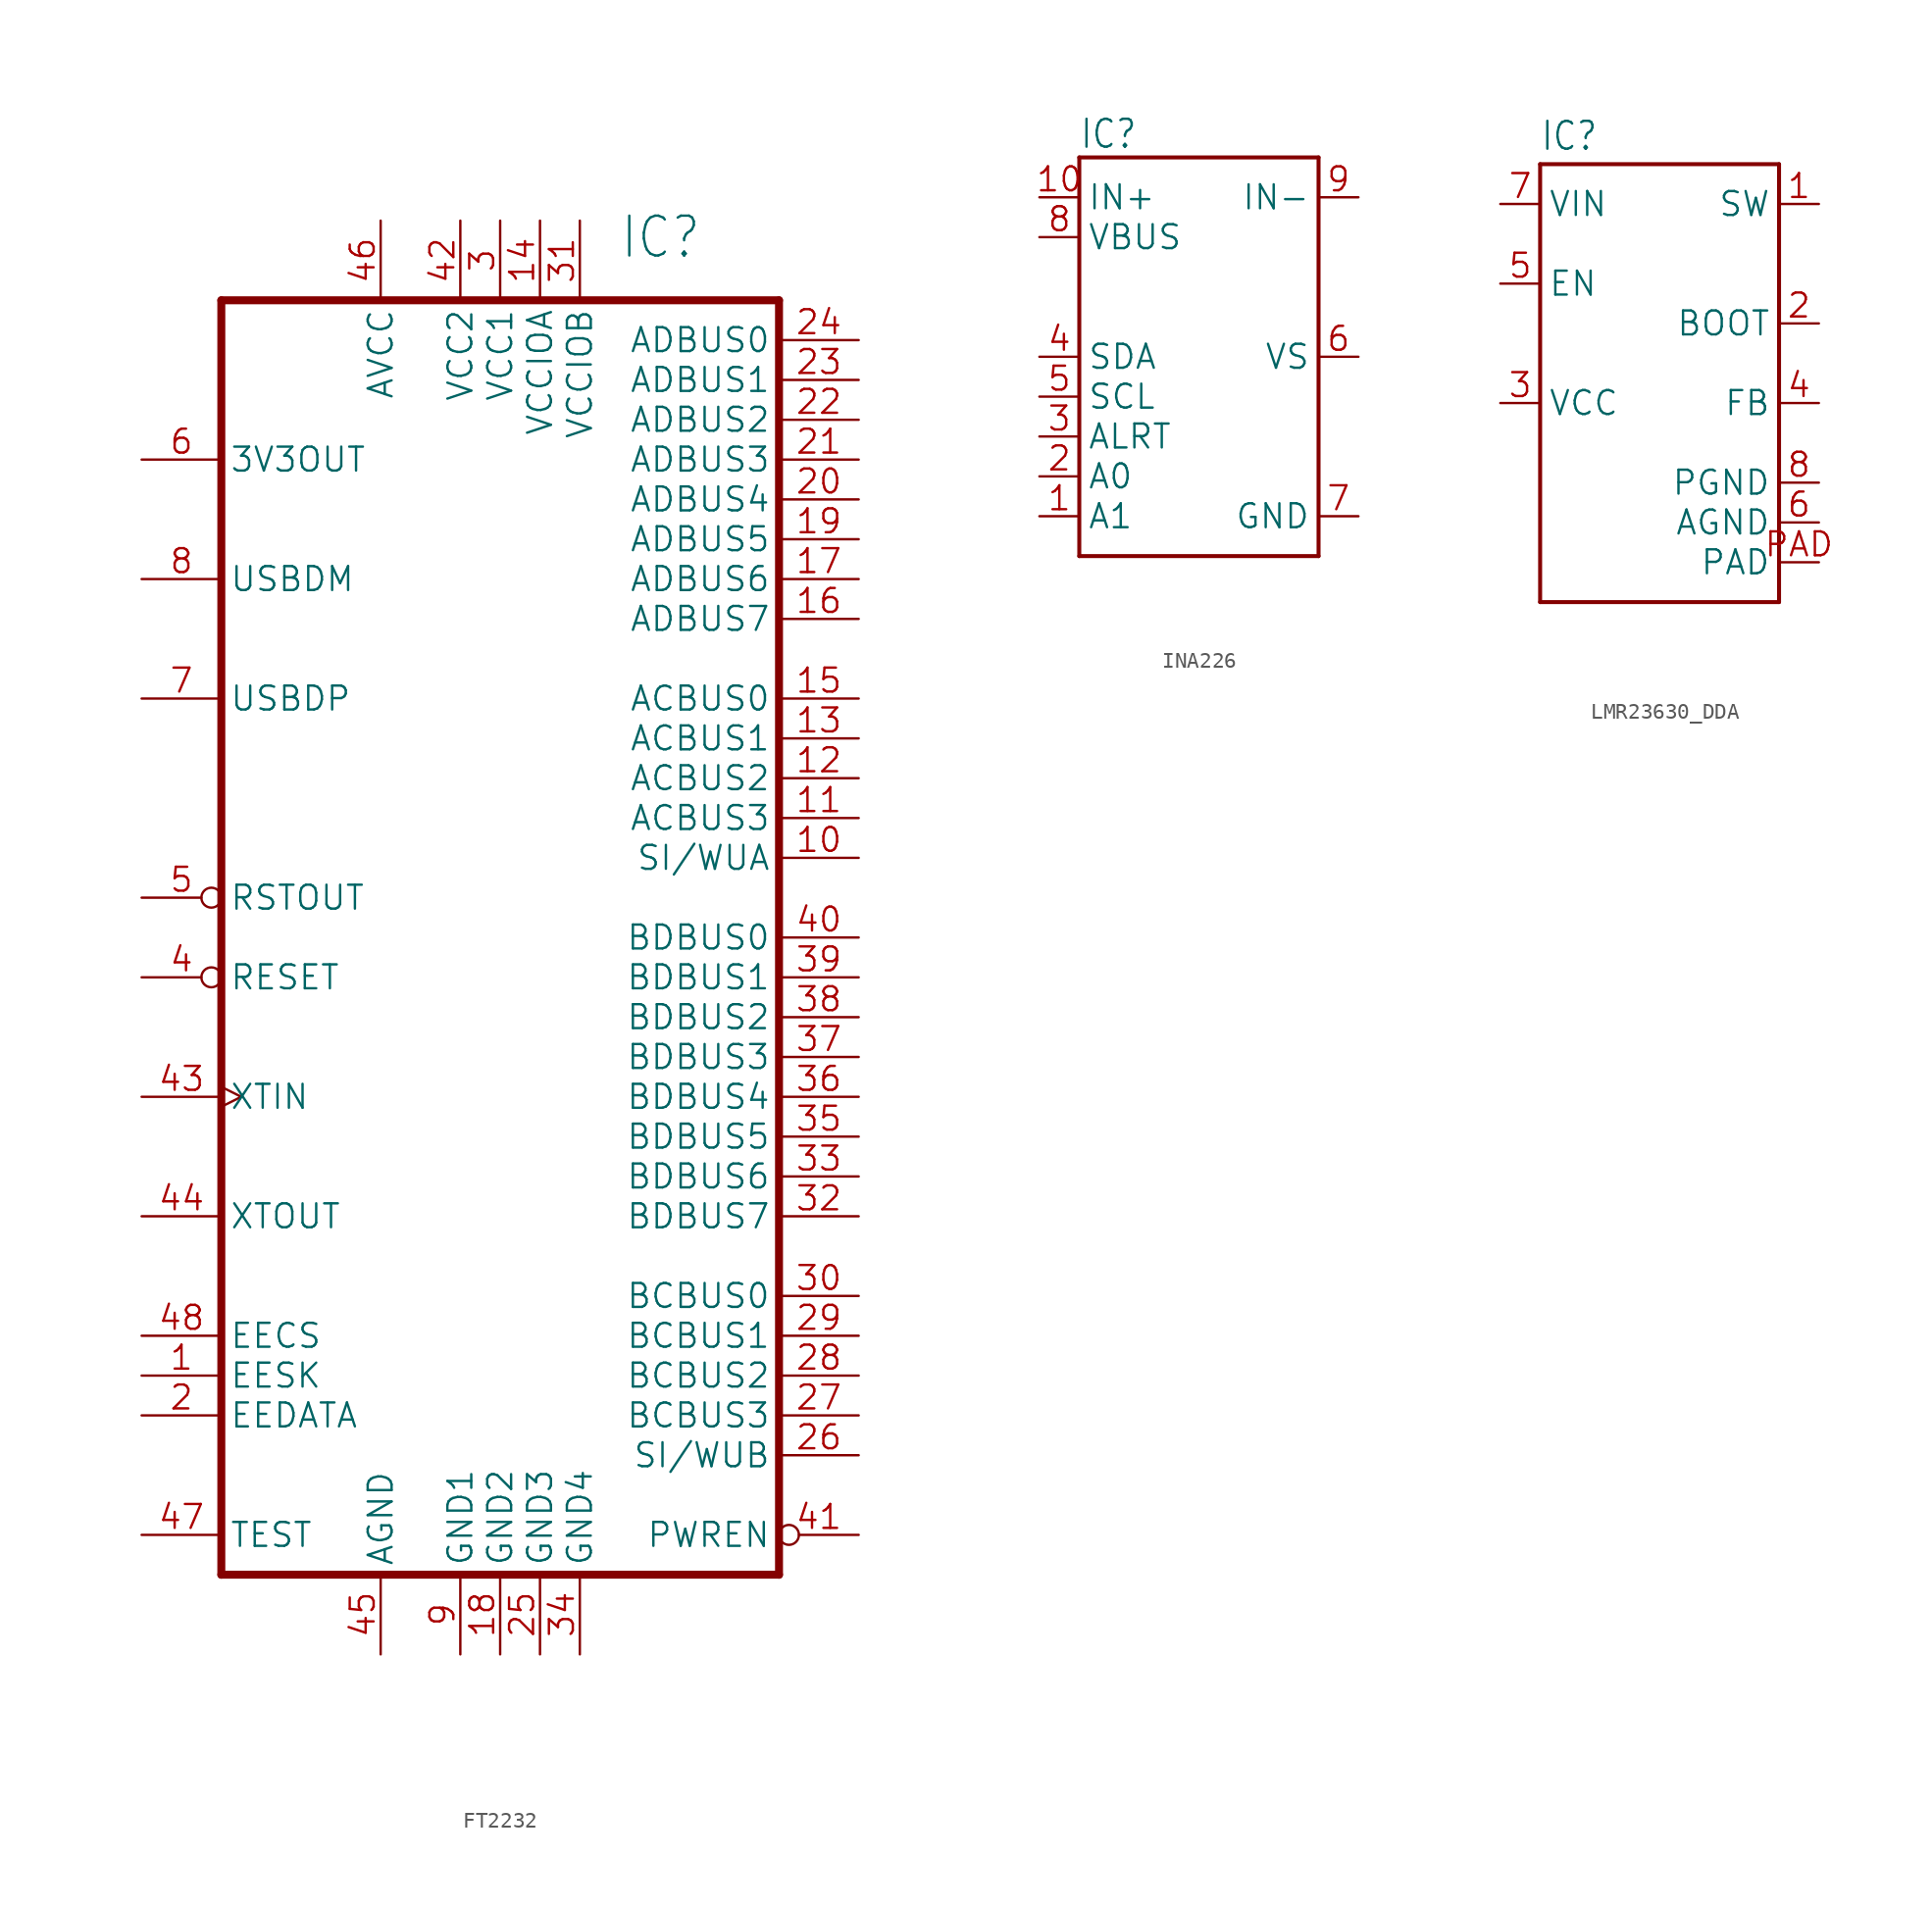
<source format=kicad_sym>
(kicad_symbol_lib
  (version 20241209)
  (generator "kicad_symbol_editor")
  (generator_version "9.0")
  (symbol "FT2232"
    (property "Reference" "IC"
      (at 7.62 38.1 0)
      (effects (font (size 2.54 2.159)) (justify left bottom)))
    (property "Value" ""
      (at 7.62 -50.8 0)
      (effects (font (size 2.54 2.159)) (justify left bottom)))
    (property "ki_locked" ""
      (at 0 0 0)
      (effects (font (size 1.27 1.27))))
    (symbol "FT2232_1_0"
      (polyline (pts (xy -17.78 35.56) (xy 17.78 35.56)) (stroke (width 0.508) (type solid)) (fill (type none)))
      (polyline (pts (xy -17.78 -45.72) (xy -17.78 35.56)) (stroke (width 0.508) (type solid)) (fill (type none)))
      (polyline (pts (xy 17.78 35.56) (xy 17.78 -45.72)) (stroke (width 0.508) (type solid)) (fill (type none)))
      (polyline (pts (xy 17.78 -45.72) (xy -17.78 -45.72)) (stroke (width 0.508) (type solid)) (fill (type none)))
      (pin bidirectional line (at -22.86 25.4 0) (length 5.08) (name "3V3OUT" (effects (font (size 1.524 1.524)))) (number "6" (effects (font (size 1.524 1.524)))))
      (pin bidirectional line (at -22.86 17.78 0) (length 5.08) (name "USBDM" (effects (font (size 1.524 1.524)))) (number "8" (effects (font (size 1.524 1.524)))))
      (pin bidirectional line (at -22.86 10.16 0) (length 5.08) (name "USBDP" (effects (font (size 1.524 1.524)))) (number "7" (effects (font (size 1.524 1.524)))))
      (pin bidirectional inverted (at -22.86 -2.54 0) (length 5.08) (name "RSTOUT" (effects (font (size 1.524 1.524)))) (number "5" (effects (font (size 1.524 1.524)))))
      (pin bidirectional inverted (at -22.86 -7.62 0) (length 5.08) (name "RESET" (effects (font (size 1.524 1.524)))) (number "4" (effects (font (size 1.524 1.524)))))
      (pin bidirectional clock (at -22.86 -15.24 0) (length 5.08) (name "XTIN" (effects (font (size 1.524 1.524)))) (number "43" (effects (font (size 1.524 1.524)))))
      (pin bidirectional line (at -22.86 -22.86 0) (length 5.08) (name "XTOUT" (effects (font (size 1.524 1.524)))) (number "44" (effects (font (size 1.524 1.524)))))
      (pin bidirectional line (at -22.86 -30.48 0) (length 5.08) (name "EECS" (effects (font (size 1.524 1.524)))) (number "48" (effects (font (size 1.524 1.524)))))
      (pin bidirectional line (at -22.86 -33.02 0) (length 5.08) (name "EESK" (effects (font (size 1.524 1.524)))) (number "1" (effects (font (size 1.524 1.524)))))
      (pin bidirectional line (at -22.86 -35.56 0) (length 5.08) (name "EEDATA" (effects (font (size 1.524 1.524)))) (number "2" (effects (font (size 1.524 1.524)))))
      (pin bidirectional line (at -22.86 -43.18 0) (length 5.08) (name "TEST" (effects (font (size 1.524 1.524)))) (number "47" (effects (font (size 1.524 1.524)))))
      (pin bidirectional line (at -7.62 40.64 270) (length 5.08) (name "AVCC" (effects (font (size 1.524 1.524)))) (number "46" (effects (font (size 1.524 1.524)))))
      (pin bidirectional line (at -7.62 -50.8 90) (length 5.08) (name "AGND" (effects (font (size 1.524 1.524)))) (number "45" (effects (font (size 1.524 1.524)))))
      (pin bidirectional line (at -2.54 40.64 270) (length 5.08) (name "VCC2" (effects (font (size 1.524 1.524)))) (number "42" (effects (font (size 1.524 1.524)))))
      (pin bidirectional line (at -2.54 -50.8 90) (length 5.08) (name "GND1" (effects (font (size 1.524 1.524)))) (number "9" (effects (font (size 1.524 1.524)))))
      (pin bidirectional line (at 0 40.64 270) (length 5.08) (name "VCC1" (effects (font (size 1.524 1.524)))) (number "3" (effects (font (size 1.524 1.524)))))
      (pin bidirectional line (at 0 -50.8 90) (length 5.08) (name "GND2" (effects (font (size 1.524 1.524)))) (number "18" (effects (font (size 1.524 1.524)))))
      (pin bidirectional line (at 2.54 40.64 270) (length 5.08) (name "VCCIOA" (effects (font (size 1.524 1.524)))) (number "14" (effects (font (size 1.524 1.524)))))
      (pin bidirectional line (at 2.54 -50.8 90) (length 5.08) (name "GND3" (effects (font (size 1.524 1.524)))) (number "25" (effects (font (size 1.524 1.524)))))
      (pin bidirectional line (at 5.08 40.64 270) (length 5.08) (name "VCCIOB" (effects (font (size 1.524 1.524)))) (number "31" (effects (font (size 1.524 1.524)))))
      (pin bidirectional line (at 5.08 -50.8 90) (length 5.08) (name "GND4" (effects (font (size 1.524 1.524)))) (number "34" (effects (font (size 1.524 1.524)))))
      (pin bidirectional line (at 22.86 33.02 180) (length 5.08) (name "ADBUS0" (effects (font (size 1.524 1.524)))) (number "24" (effects (font (size 1.524 1.524)))))
      (pin bidirectional line (at 22.86 30.48 180) (length 5.08) (name "ADBUS1" (effects (font (size 1.524 1.524)))) (number "23" (effects (font (size 1.524 1.524)))))
      (pin bidirectional line (at 22.86 27.94 180) (length 5.08) (name "ADBUS2" (effects (font (size 1.524 1.524)))) (number "22" (effects (font (size 1.524 1.524)))))
      (pin bidirectional line (at 22.86 25.4 180) (length 5.08) (name "ADBUS3" (effects (font (size 1.524 1.524)))) (number "21" (effects (font (size 1.524 1.524)))))
      (pin bidirectional line (at 22.86 22.86 180) (length 5.08) (name "ADBUS4" (effects (font (size 1.524 1.524)))) (number "20" (effects (font (size 1.524 1.524)))))
      (pin bidirectional line (at 22.86 20.32 180) (length 5.08) (name "ADBUS5" (effects (font (size 1.524 1.524)))) (number "19" (effects (font (size 1.524 1.524)))))
      (pin bidirectional line (at 22.86 17.78 180) (length 5.08) (name "ADBUS6" (effects (font (size 1.524 1.524)))) (number "17" (effects (font (size 1.524 1.524)))))
      (pin bidirectional line (at 22.86 15.24 180) (length 5.08) (name "ADBUS7" (effects (font (size 1.524 1.524)))) (number "16" (effects (font (size 1.524 1.524)))))
      (pin bidirectional line (at 22.86 10.16 180) (length 5.08) (name "ACBUS0" (effects (font (size 1.524 1.524)))) (number "15" (effects (font (size 1.524 1.524)))))
      (pin bidirectional line (at 22.86 7.62 180) (length 5.08) (name "ACBUS1" (effects (font (size 1.524 1.524)))) (number "13" (effects (font (size 1.524 1.524)))))
      (pin bidirectional line (at 22.86 5.08 180) (length 5.08) (name "ACBUS2" (effects (font (size 1.524 1.524)))) (number "12" (effects (font (size 1.524 1.524)))))
      (pin bidirectional line (at 22.86 2.54 180) (length 5.08) (name "ACBUS3" (effects (font (size 1.524 1.524)))) (number "11" (effects (font (size 1.524 1.524)))))
      (pin bidirectional line (at 22.86 0 180) (length 5.08) (name "SI/WUA" (effects (font (size 1.524 1.524)))) (number "10" (effects (font (size 1.524 1.524)))))
      (pin bidirectional line (at 22.86 -5.08 180) (length 5.08) (name "BDBUS0" (effects (font (size 1.524 1.524)))) (number "40" (effects (font (size 1.524 1.524)))))
      (pin bidirectional line (at 22.86 -7.62 180) (length 5.08) (name "BDBUS1" (effects (font (size 1.524 1.524)))) (number "39" (effects (font (size 1.524 1.524)))))
      (pin bidirectional line (at 22.86 -10.16 180) (length 5.08) (name "BDBUS2" (effects (font (size 1.524 1.524)))) (number "38" (effects (font (size 1.524 1.524)))))
      (pin bidirectional line (at 22.86 -12.7 180) (length 5.08) (name "BDBUS3" (effects (font (size 1.524 1.524)))) (number "37" (effects (font (size 1.524 1.524)))))
      (pin bidirectional line (at 22.86 -15.24 180) (length 5.08) (name "BDBUS4" (effects (font (size 1.524 1.524)))) (number "36" (effects (font (size 1.524 1.524)))))
      (pin bidirectional line (at 22.86 -17.78 180) (length 5.08) (name "BDBUS5" (effects (font (size 1.524 1.524)))) (number "35" (effects (font (size 1.524 1.524)))))
      (pin bidirectional line (at 22.86 -20.32 180) (length 5.08) (name "BDBUS6" (effects (font (size 1.524 1.524)))) (number "33" (effects (font (size 1.524 1.524)))))
      (pin bidirectional line (at 22.86 -22.86 180) (length 5.08) (name "BDBUS7" (effects (font (size 1.524 1.524)))) (number "32" (effects (font (size 1.524 1.524)))))
      (pin bidirectional line (at 22.86 -27.94 180) (length 5.08) (name "BCBUS0" (effects (font (size 1.524 1.524)))) (number "30" (effects (font (size 1.524 1.524)))))
      (pin bidirectional line (at 22.86 -30.48 180) (length 5.08) (name "BCBUS1" (effects (font (size 1.524 1.524)))) (number "29" (effects (font (size 1.524 1.524)))))
      (pin bidirectional line (at 22.86 -33.02 180) (length 5.08) (name "BCBUS2" (effects (font (size 1.524 1.524)))) (number "28" (effects (font (size 1.524 1.524)))))
      (pin bidirectional line (at 22.86 -35.56 180) (length 5.08) (name "BCBUS3" (effects (font (size 1.524 1.524)))) (number "27" (effects (font (size 1.524 1.524)))))
      (pin bidirectional line (at 22.86 -38.1 180) (length 5.08) (name "SI/WUB" (effects (font (size 1.524 1.524)))) (number "26" (effects (font (size 1.524 1.524)))))
      (pin bidirectional inverted (at 22.86 -43.18 180) (length 5.08) (name "PWREN" (effects (font (size 1.524 1.524)))) (number "41" (effects (font (size 1.524 1.524)))))))
  (symbol "INA226"
    (property "Reference" "IC"
      (at -7.62 15.24 0)
      (effects (font (size 1.778 1.511)) (justify left top)))
    (property "Value" ""
      (at -7.62 -15.24 0)
      (effects (font (size 1.778 1.511)) (justify left bottom)))
    (property "ki_locked" ""
      (at 0 0 0)
      (effects (font (size 1.27 1.27))))
    (symbol "INA226_1_0"
      (polyline (pts (xy -7.62 12.7) (xy 7.62 12.7)) (stroke (width 0.254) (type solid)) (fill (type none)))
      (polyline (pts (xy -7.62 -12.7) (xy -7.62 12.7)) (stroke (width 0.254) (type solid)) (fill (type none)))
      (polyline (pts (xy 7.62 12.7) (xy 7.62 -12.7)) (stroke (width 0.254) (type solid)) (fill (type none)))
      (polyline (pts (xy 7.62 -12.7) (xy -7.62 -12.7)) (stroke (width 0.254) (type solid)) (fill (type none)))
      (pin bidirectional line (at -10.16 10.16 0) (length 2.54) (name "IN+" (effects (font (size 1.524 1.524)))) (number "10" (effects (font (size 1.524 1.524)))))
      (pin bidirectional line (at -10.16 7.62 0) (length 2.54) (name "VBUS" (effects (font (size 1.524 1.524)))) (number "8" (effects (font (size 1.524 1.524)))))
      (pin bidirectional line (at -10.16 0 0) (length 2.54) (name "SDA" (effects (font (size 1.524 1.524)))) (number "4" (effects (font (size 1.524 1.524)))))
      (pin bidirectional line (at -10.16 -2.54 0) (length 2.54) (name "SCL" (effects (font (size 1.524 1.524)))) (number "5" (effects (font (size 1.524 1.524)))))
      (pin bidirectional line (at -10.16 -5.08 0) (length 2.54) (name "ALRT" (effects (font (size 1.524 1.524)))) (number "3" (effects (font (size 1.524 1.524)))))
      (pin bidirectional line (at -10.16 -7.62 0) (length 2.54) (name "A0" (effects (font (size 1.524 1.524)))) (number "2" (effects (font (size 1.524 1.524)))))
      (pin bidirectional line (at -10.16 -10.16 0) (length 2.54) (name "A1" (effects (font (size 1.524 1.524)))) (number "1" (effects (font (size 1.524 1.524)))))
      (pin bidirectional line (at 10.16 10.16 180) (length 2.54) (name "IN-" (effects (font (size 1.524 1.524)))) (number "9" (effects (font (size 1.524 1.524)))))
      (pin bidirectional line (at 10.16 0 180) (length 2.54) (name "VS" (effects (font (size 1.524 1.524)))) (number "6" (effects (font (size 1.524 1.524)))))
      (pin bidirectional line (at 10.16 -10.16 180) (length 2.54) (name "GND" (effects (font (size 1.524 1.524)))) (number "7" (effects (font (size 1.524 1.524)))))))
  (symbol "LMR23630_DDA"
    (property "Reference" "IC"
      (at -7.62 13.462 0)
      (effects (font (size 1.778 1.511)) (justify left bottom)))
    (property "Value" ""
      (at -7.62 -17.78 0)
      (effects (font (size 1.778 1.511)) (justify left bottom)))
    (property "ki_locked" ""
      (at 0 0 0)
      (effects (font (size 1.27 1.27))))
    (symbol "LMR23630_DDA_1_0"
      (polyline (pts (xy -7.62 12.7) (xy -7.62 -15.24)) (stroke (width 0.254) (type solid)) (fill (type none)))
      (polyline (pts (xy -7.62 -15.24) (xy 7.62 -15.24)) (stroke (width 0.254) (type solid)) (fill (type none)))
      (polyline (pts (xy 7.62 12.7) (xy -7.62 12.7)) (stroke (width 0.254) (type solid)) (fill (type none)))
      (polyline (pts (xy 7.62 -15.24) (xy 7.62 12.7)) (stroke (width 0.254) (type solid)) (fill (type none)))
      (pin bidirectional line (at -10.16 10.16 0) (length 2.54) (name "VIN" (effects (font (size 1.524 1.524)))) (number "7" (effects (font (size 1.524 1.524)))))
      (pin bidirectional line (at -10.16 5.08 0) (length 2.54) (name "EN" (effects (font (size 1.524 1.524)))) (number "5" (effects (font (size 1.524 1.524)))))
      (pin bidirectional line (at -10.16 -2.54 0) (length 2.54) (name "VCC" (effects (font (size 1.524 1.524)))) (number "3" (effects (font (size 1.524 1.524)))))
      (pin bidirectional line (at 10.16 10.16 180) (length 2.54) (name "SW" (effects (font (size 1.524 1.524)))) (number "1" (effects (font (size 1.524 1.524)))))
      (pin bidirectional line (at 10.16 2.54 180) (length 2.54) (name "BOOT" (effects (font (size 1.524 1.524)))) (number "2" (effects (font (size 1.524 1.524)))))
      (pin bidirectional line (at 10.16 -2.54 180) (length 2.54) (name "FB" (effects (font (size 1.524 1.524)))) (number "4" (effects (font (size 1.524 1.524)))))
      (pin bidirectional line (at 10.16 -7.62 180) (length 2.54) (name "PGND" (effects (font (size 1.524 1.524)))) (number "8" (effects (font (size 1.524 1.524)))))
      (pin bidirectional line (at 10.16 -10.16 180) (length 2.54) (name "AGND" (effects (font (size 1.524 1.524)))) (number "6" (effects (font (size 1.524 1.524)))))
      (pin bidirectional line (at 10.16 -12.7 180) (length 2.54) (name "PAD" (effects (font (size 1.524 1.524)))) (number "PAD" (effects (font (size 1.524 1.524))))))))
</source>
